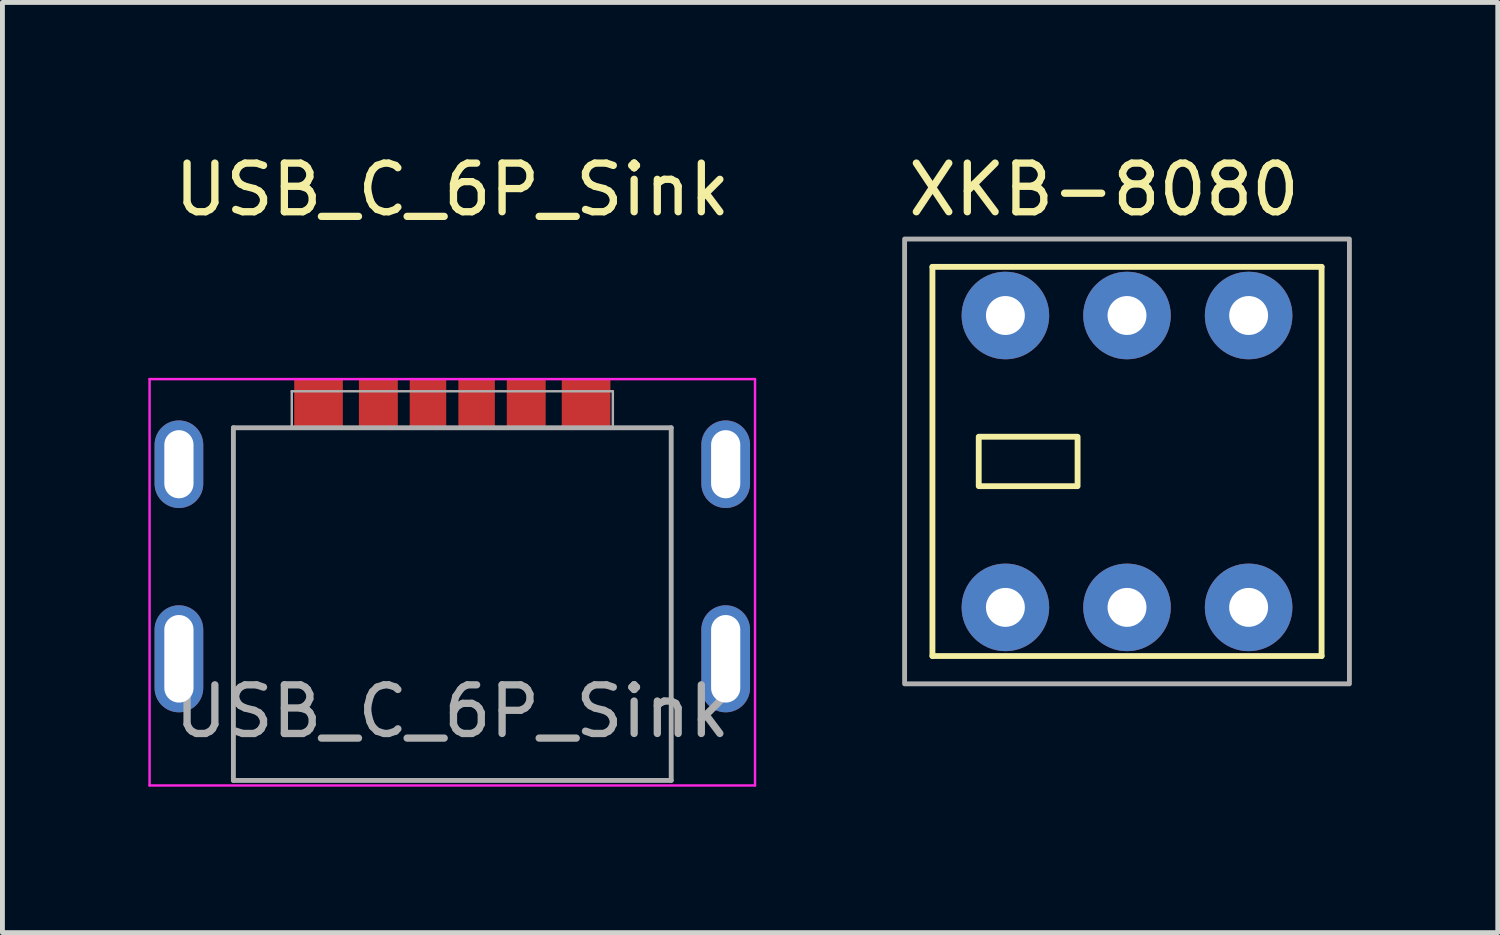
<source format=kicad_pcb>
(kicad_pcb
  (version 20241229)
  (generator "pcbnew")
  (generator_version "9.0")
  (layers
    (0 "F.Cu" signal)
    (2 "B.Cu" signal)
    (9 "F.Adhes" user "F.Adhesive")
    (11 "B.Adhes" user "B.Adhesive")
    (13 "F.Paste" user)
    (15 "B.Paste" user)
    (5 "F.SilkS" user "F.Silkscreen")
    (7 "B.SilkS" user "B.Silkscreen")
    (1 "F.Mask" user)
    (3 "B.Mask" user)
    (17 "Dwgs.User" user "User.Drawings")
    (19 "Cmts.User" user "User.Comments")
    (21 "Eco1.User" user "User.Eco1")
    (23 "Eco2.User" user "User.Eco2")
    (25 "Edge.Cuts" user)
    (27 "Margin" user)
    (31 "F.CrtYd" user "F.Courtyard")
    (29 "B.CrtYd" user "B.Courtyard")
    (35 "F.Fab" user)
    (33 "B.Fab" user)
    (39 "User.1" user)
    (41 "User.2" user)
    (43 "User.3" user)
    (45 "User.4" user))
  (footprint "XKB-8080"
    (layer "F.Cu")
    (at 20.118 6.436)
    (property "Reference" "XKB-8080" (at -4.572 -5.588 0) (layer "F.SilkS") (effects (font (size 1 1) (thickness 0.15)) (justify left)))
    (attr through_hole)
    (fp_line (start -4 -4) (end -4 4) (stroke (width 0.12) (type solid)) (layer "F.SilkS"))
    (fp_line (start -4 -4) (end 4 -4) (stroke (width 0.12) (type solid)) (layer "F.SilkS"))
    (fp_line (start -4 4) (end 4 4) (stroke (width 0.12) (type solid)) (layer "F.SilkS"))
    (fp_line (start 4 4) (end 4 -4) (stroke (width 0.12) (type solid)) (layer "F.SilkS"))
    (fp_rect (start -3.048 -0.508) (end -1.016 0.508) (stroke (width 0.12) (type solid)) (fill no) (layer "F.SilkS"))
    (fp_rect (start -4.572 -4.572) (end 4.572 4.572) (stroke (width 0.1) (type solid)) (fill no) (layer "F.Fab"))
    (pad "1" thru_hole circle (at 2.5 3) (size 1.8 1.8) (drill 0.8) (layers "*.Cu" "*.Mask"))
    (pad "2" thru_hole circle (at 0 3) (size 1.8 1.8) (drill 0.8) (layers "*.Cu" "*.Mask"))
    (pad "3" thru_hole circle (at -2.5 3) (size 1.8 1.8) (drill 0.8) (layers "*.Cu" "*.Mask"))
    (pad "4" thru_hole circle (at -2.5 -3) (size 1.8 1.8) (drill 0.8) (layers "*.Cu" "*.Mask"))
    (pad "5" thru_hole circle (at 0 -3) (size 1.8 1.8) (drill 0.8) (layers "*.Cu" "*.Mask"))
    (pad "6" thru_hole circle (at 2.5 -3) (size 1.8 1.8) (drill 0.8) (layers "*.Cu" "*.Mask")))
  (footprint "USB_C_6P_Sink"
    (layer "F.Cu")
    (at 6.248 6.493)
    (property "Reference" "USB_C_6P_Sink" (at 0 -5.645 0) (layer "F.SilkS") (effects (font (size 1 1) (thickness 0.15))))
    (attr smd)
    (fp_line (start -6.223 -1.75) (end -6.223 6.604) (stroke (width 0.05) (type solid)) (layer "F.CrtYd"))
    (fp_line (start -6.223 -1.75) (end 6.223 -1.75) (stroke (width 0.05) (type solid)) (layer "F.CrtYd"))
    (fp_line (start -6.223 6.604) (end 6.223 6.604) (stroke (width 0.05) (type solid)) (layer "F.CrtYd"))
    (fp_line (start 6.223 -1.75) (end 6.223 6.604) (stroke (width 0.05) (type solid)) (layer "F.CrtYd"))
    (fp_line (start -4.5 -0.75) (end -4.5 6.5) (stroke (width 0.1) (type solid)) (layer "F.Fab"))
    (fp_line (start -4.5 -0.75) (end 4.5 -0.75) (stroke (width 0.1) (type solid)) (layer "F.Fab"))
    (fp_line (start -4.5 6.5) (end 4.5 6.5) (stroke (width 0.1) (type solid)) (layer "F.Fab"))
    (fp_line (start -3.3 -1.5) (end -3.3 -0.75) (stroke (width 0.05) (type solid)) (layer "F.Fab"))
    (fp_line (start -3.3 -1.5) (end 3.3 -1.5) (stroke (width 0.05) (type solid)) (layer "F.Fab"))
    (fp_line (start 3.3 -1.5) (end 3.3 -0.75) (stroke (width 0.05) (type solid)) (layer "F.Fab"))
    (fp_line (start 4.5 -0.75) (end 4.5 6.5) (stroke (width 0.1) (type solid)) (layer "F.Fab"))
    (fp_text user "${REFERENCE}" (at 0 5.08 0) (layer "F.Fab") (effects (font (size 1 1) (thickness 0.15))))
    (pad "A5" smd rect (at -0.5 -1.25) (size 0.75 1) (layers "F.Cu" "F.Mask" "F.Paste"))
    (pad "A9" smd rect (at 1.52 -1.25) (size 0.8 1) (layers "F.Cu" "F.Mask" "F.Paste"))
    (pad "A12" smd rect (at 2.75 -1.25) (size 1 1) (layers "F.Cu" "F.Mask" "F.Paste"))
    (pad "B5" smd rect (at 0.5 -1.25) (size 0.75 1) (layers "F.Cu" "F.Mask" "F.Paste"))
    (pad "B9" smd rect (at -1.52 -1.25) (size 0.8 1) (layers "F.Cu" "F.Mask" "F.Paste"))
    (pad "B12" smd rect (at -2.75 -1.25) (size 1 1) (layers "F.Cu" "F.Mask" "F.Paste"))
    (pad "S1" thru_hole oval (at -5.62 0) (size 1 1.8) (drill oval 0.6 1.4) (layers "*.Cu" "*.Mask"))
    (pad "S1" thru_hole oval (at -5.62 4) (size 1 2.2) (drill oval 0.6 1.8) (layers "*.Cu" "*.Mask"))
    (pad "S1" thru_hole oval (at 5.62 0) (size 1 1.8) (drill oval 0.6 1.4) (layers "*.Cu" "*.Mask"))
    (pad "S1" thru_hole oval (at 5.62 4) (size 1 2.2) (drill oval 0.6 1.8) (layers "*.Cu" "*.Mask")))
  (gr_rect
    (start -3 -3)
    (end 27.74 16.122)
    (stroke (width 0.1) (type default))
    (fill no)
    (layer "Edge.Cuts")))
</source>
